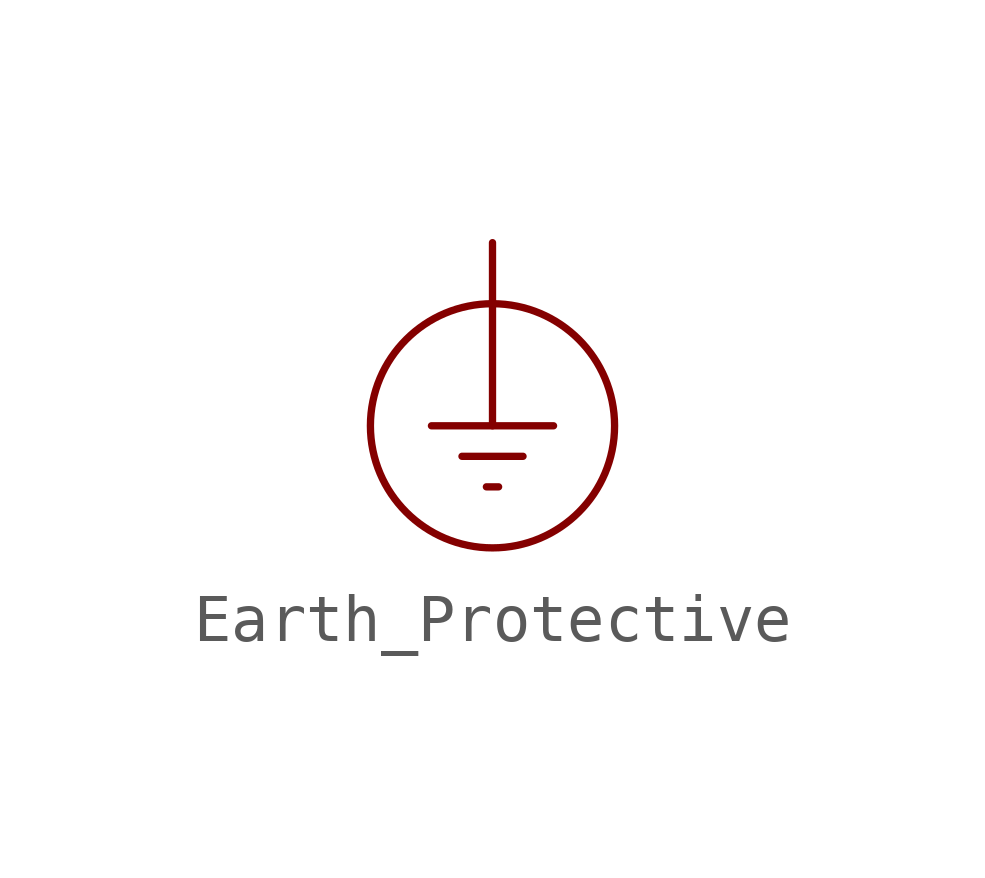
<source format=kicad_sym>
(kicad_symbol_lib
  (version 20220914)
  (generator kicad_symbol_editor)
  (symbol "Earth_Protective"
    (power)
    (pin_names
      (offset 0))
    (property "Reference" "#PWR"
      (at 6.35 -6.35 0)
      (effects (font (size 1.27 1.27)) hide))
    (property "Footprint" ""
      (at 0 -2.54 0)
      (effects (font (size 1.27 1.27))))
    (property "Datasheet" ""
      (at 0 -2.54 0)
      (effects (font (size 1.27 1.27))))
    (symbol "Earth_Protective_0_1"
      (circle (center 0 -3.81) (radius 2.54) (stroke (width 0) (type default)) (fill (type none)))
      (polyline (pts (xy -0.635 -4.445) (xy 0.635 -4.445)) (stroke (width 0) (type default)) (fill (type none)))
      (polyline (pts (xy -0.127 -5.08) (xy 0.127 -5.08)) (stroke (width 0) (type default)) (fill (type none)))
      (polyline (pts (xy 0 -3.81) (xy 0 0)) (stroke (width 0) (type default)) (fill (type none)))
      (polyline (pts (xy 1.27 -3.81) (xy -1.27 -3.81)) (stroke (width 0) (type default)) (fill (type none))))
    (symbol "Earth_Protective_1_1"
      (pin power_in line (at 0 0 270) (length 0) hide (name "Earth_Protective" (effects (font (size 1.27 1.27)))) (number "1" (effects (font (size 1.27 1.27))))))))
</source>
